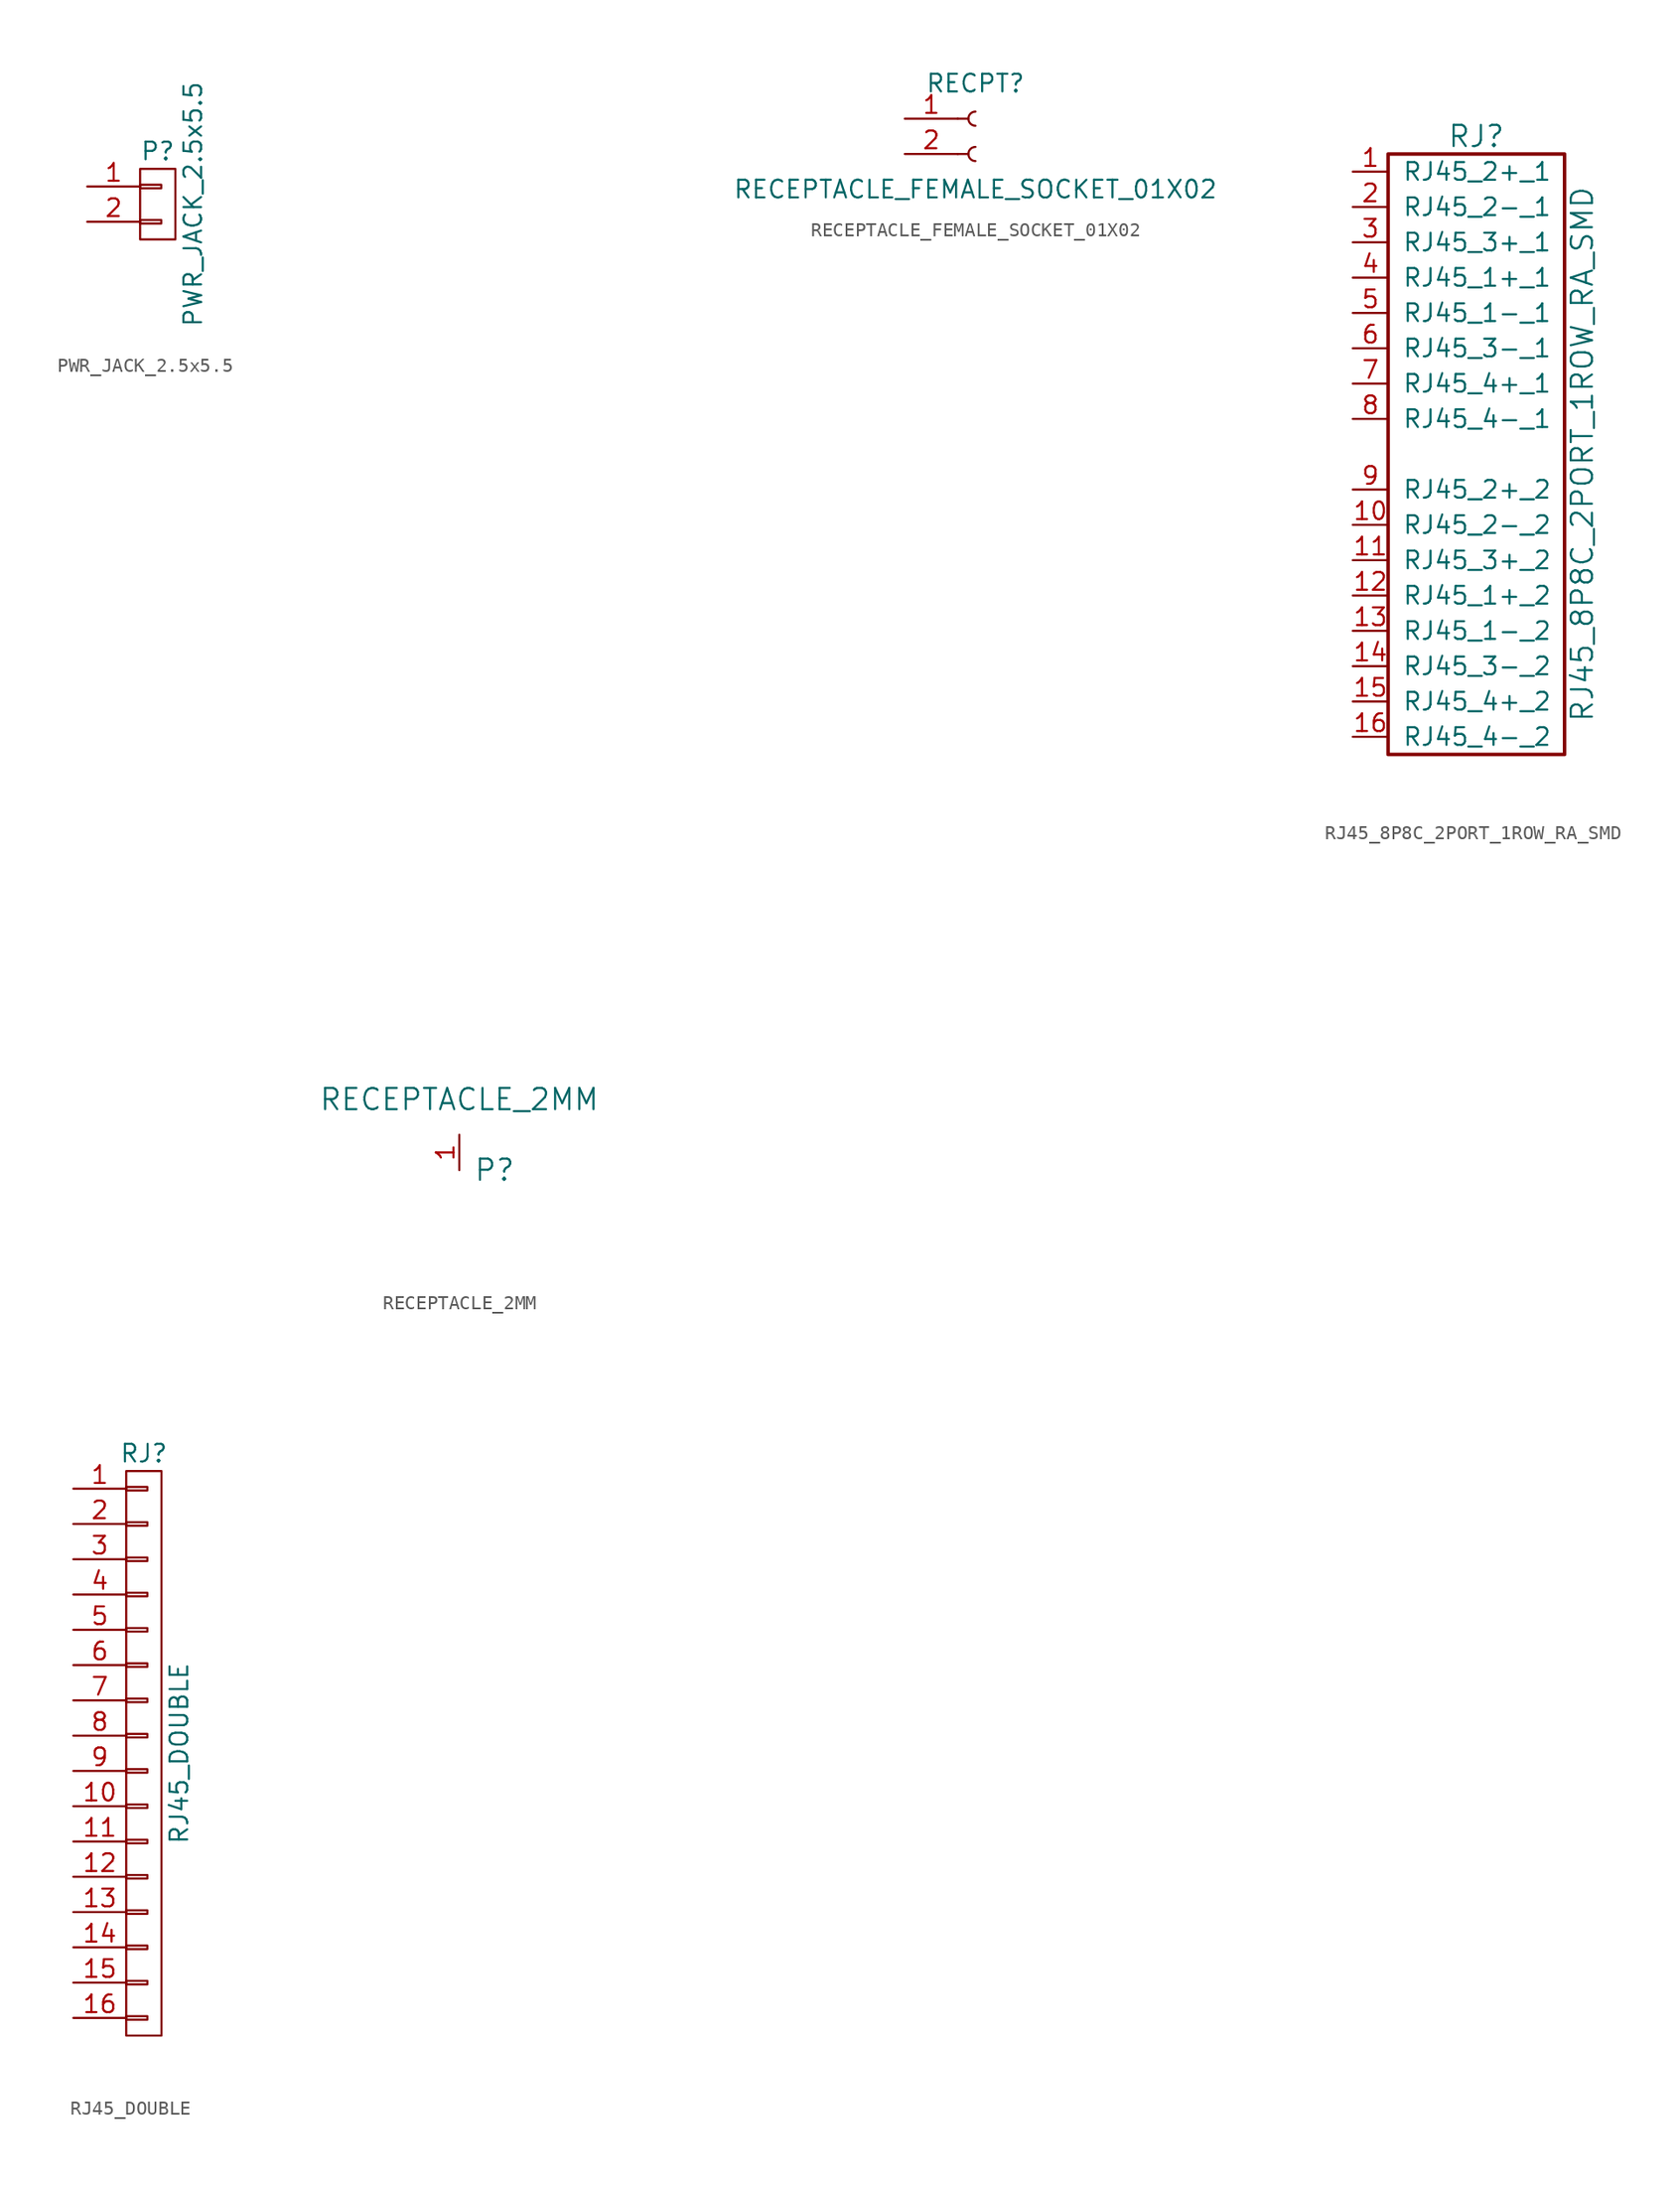
<source format=kicad_sym>
(kicad_symbol_lib
  (version 20211014)
  (generator kicad_symbol_editor)
  (symbol "PWR_JACK_2.5x5.5"
    (pin_names
      (offset 1.016) hide)
    (property "Reference" "P"
      (at 0 3.81 0)
      (effects (font (size 1.27 1.27))))
    (property "Value" "PWR_JACK_2.5x5.5"
      (at 2.54 0 90)
      (effects (font (size 1.27 1.27))))
    (property "Datasheet" ""
      (at 0 0 0)
      (effects (font (size 1.524 1.524))))
    (symbol "PWR_JACK_2.5x5.5_0_1"
      (rectangle (start -1.27 -1.143) (end 0.254 -1.397) (stroke (width 0) (type default) (color 0 0 0 0)) (fill (type none)))
      (rectangle (start -1.27 1.397) (end 0.254 1.143) (stroke (width 0) (type default) (color 0 0 0 0)) (fill (type none)))
      (rectangle (start -1.27 2.54) (end 1.27 -2.54) (stroke (width 0) (type default) (color 0 0 0 0)) (fill (type none))))
    (symbol "PWR_JACK_2.5x5.5_1_1"
      (pin passive line (at -5.08 1.27 0) (length 3.81) (name "P1" (effects (font (size 1.27 1.27)))) (number "1" (effects (font (size 1.27 1.27)))))
      (pin passive line (at -5.08 -1.27 0) (length 3.81) (name "P2" (effects (font (size 1.27 1.27)))) (number "2" (effects (font (size 1.27 1.27)))))))
  (symbol "RECEPTACLE_2MM"
    (pin_names
      (offset 1.016))
    (property "Reference" "P"
      (at 2.54 -2.54 0)
      (effects (font (size 1.524 1.524))))
    (property "Value" "RECEPTACLE_2MM"
      (at 0 2.54 0)
      (effects (font (size 1.524 1.524))))
    (property "Datasheet" ""
      (at 1.27 69.85 0)
      (effects (font (size 1.524 1.524))))
    (symbol "RECEPTACLE_2MM_1_1"
      (pin passive line (at 0 -2.54 90) (length 2.54) (name "~" (effects (font (size 1.27 1.27)))) (number "1" (effects (font (size 1.27 1.27)))))))
  (symbol "RECEPTACLE_FEMALE_SOCKET_01X02"
    (pin_names
      (offset 1.016) hide)
    (property "Reference" "RECPT"
      (at 0 2.54 0)
      (effects (font (size 1.27 1.27))))
    (property "Value" "RECEPTACLE_FEMALE_SOCKET_01X02"
      (at 0 -5.08 0)
      (effects (font (size 1.27 1.27))))
    (symbol "RECEPTACLE_FEMALE_SOCKET_01X02_1_1"
      (arc (start 0 -2.032) (mid -0.508 -2.54) (end 0 -3.048) (stroke (width 0.1524) (type default) (color 0 0 0 0)) (fill (type none)))
      (polyline (pts (xy -1.27 -2.54) (xy -0.508 -2.54)) (stroke (width 0.152) (type default) (color 0 0 0 0)) (fill (type none)))
      (polyline (pts (xy -1.27 0) (xy -0.508 0)) (stroke (width 0.152) (type default) (color 0 0 0 0)) (fill (type none)))
      (arc (start 0 0.508) (mid -0.508 0) (end 0 -0.508) (stroke (width 0.1524) (type default) (color 0 0 0 0)) (fill (type none)))
      (pin passive line (at -5.08 0 0) (length 3.81) (name "Pin_1" (effects (font (size 1.27 1.27)))) (number "1" (effects (font (size 1.27 1.27)))))
      (pin passive line (at -5.08 -2.54 0) (length 3.81) (name "Pin_2" (effects (font (size 1.27 1.27)))) (number "2" (effects (font (size 1.27 1.27)))))))
  (symbol "RJ45_8P8C_2PORT_1ROW_RA_SMD"
    (pin_names
      (offset 1.016))
    (property "Reference" "RJ"
      (at 0 22.86 0)
      (effects (font (size 1.524 1.524))))
    (property "Value" "RJ45_8P8C_2PORT_1ROW_RA_SMD"
      (at 7.62 0 90)
      (effects (font (size 1.524 1.524))))
    (symbol "RJ45_8P8C_2PORT_1ROW_RA_SMD_0_1"
      (rectangle (start -6.35 21.59) (end 6.35 -21.59) (stroke (width 0.254) (type default) (color 0 0 0 0)) (fill (type none))))
    (symbol "RJ45_8P8C_2PORT_1ROW_RA_SMD_1_1"
      (pin passive line (at -8.89 20.32 0) (length 2.54) (name "RJ45_2+_1" (effects (font (size 1.27 1.27)))) (number "1" (effects (font (size 1.27 1.27)))))
      (pin passive line (at -8.89 -5.08 0) (length 2.54) (name "RJ45_2-_2" (effects (font (size 1.27 1.27)))) (number "10" (effects (font (size 1.27 1.27)))))
      (pin passive line (at -8.89 -7.62 0) (length 2.54) (name "RJ45_3+_2" (effects (font (size 1.27 1.27)))) (number "11" (effects (font (size 1.27 1.27)))))
      (pin passive line (at -8.89 -10.16 0) (length 2.54) (name "RJ45_1+_2" (effects (font (size 1.27 1.27)))) (number "12" (effects (font (size 1.27 1.27)))))
      (pin passive line (at -8.89 -12.7 0) (length 2.54) (name "RJ45_1-_2" (effects (font (size 1.27 1.27)))) (number "13" (effects (font (size 1.27 1.27)))))
      (pin passive line (at -8.89 -15.24 0) (length 2.54) (name "RJ45_3-_2" (effects (font (size 1.27 1.27)))) (number "14" (effects (font (size 1.27 1.27)))))
      (pin passive line (at -8.89 -17.78 0) (length 2.54) (name "RJ45_4+_2" (effects (font (size 1.27 1.27)))) (number "15" (effects (font (size 1.27 1.27)))))
      (pin passive line (at -8.89 -20.32 0) (length 2.54) (name "RJ45_4-_2" (effects (font (size 1.27 1.27)))) (number "16" (effects (font (size 1.27 1.27)))))
      (pin passive line (at -8.89 17.78 0) (length 2.54) (name "RJ45_2-_1" (effects (font (size 1.27 1.27)))) (number "2" (effects (font (size 1.27 1.27)))))
      (pin passive line (at -8.89 15.24 0) (length 2.54) (name "RJ45_3+_1" (effects (font (size 1.27 1.27)))) (number "3" (effects (font (size 1.27 1.27)))))
      (pin passive line (at -8.89 12.7 0) (length 2.54) (name "RJ45_1+_1" (effects (font (size 1.27 1.27)))) (number "4" (effects (font (size 1.27 1.27)))))
      (pin passive line (at -8.89 10.16 0) (length 2.54) (name "RJ45_1-_1" (effects (font (size 1.27 1.27)))) (number "5" (effects (font (size 1.27 1.27)))))
      (pin passive line (at -8.89 7.62 0) (length 2.54) (name "RJ45_3-_1" (effects (font (size 1.27 1.27)))) (number "6" (effects (font (size 1.27 1.27)))))
      (pin passive line (at -8.89 5.08 0) (length 2.54) (name "RJ45_4+_1" (effects (font (size 1.27 1.27)))) (number "7" (effects (font (size 1.27 1.27)))))
      (pin passive line (at -8.89 2.54 0) (length 2.54) (name "RJ45_4-_1" (effects (font (size 1.27 1.27)))) (number "8" (effects (font (size 1.27 1.27)))))
      (pin passive line (at -8.89 -2.54 0) (length 2.54) (name "RJ45_2+_2" (effects (font (size 1.27 1.27)))) (number "9" (effects (font (size 1.27 1.27)))))))
  (symbol "RJ45_DOUBLE"
    (pin_names
      (offset 1.016) hide)
    (property "Reference" "RJ"
      (at 0 21.59 0)
      (effects (font (size 1.27 1.27))))
    (property "Value" "RJ45_DOUBLE"
      (at 2.54 0 90)
      (effects (font (size 1.27 1.27))))
    (property "Datasheet" ""
      (at 0 0 0)
      (effects (font (size 1.524 1.524))))
    (symbol "RJ45_DOUBLE_0_1"
      (rectangle (start -1.27 -18.923) (end 0.254 -19.177) (stroke (width 0) (type default) (color 0 0 0 0)) (fill (type none)))
      (rectangle (start -1.27 -16.383) (end 0.254 -16.637) (stroke (width 0) (type default) (color 0 0 0 0)) (fill (type none)))
      (rectangle (start -1.27 -13.843) (end 0.254 -14.097) (stroke (width 0) (type default) (color 0 0 0 0)) (fill (type none)))
      (rectangle (start -1.27 -11.303) (end 0.254 -11.557) (stroke (width 0) (type default) (color 0 0 0 0)) (fill (type none)))
      (rectangle (start -1.27 -8.763) (end 0.254 -9.017) (stroke (width 0) (type default) (color 0 0 0 0)) (fill (type none)))
      (rectangle (start -1.27 -6.223) (end 0.254 -6.477) (stroke (width 0) (type default) (color 0 0 0 0)) (fill (type none)))
      (rectangle (start -1.27 -3.683) (end 0.254 -3.937) (stroke (width 0) (type default) (color 0 0 0 0)) (fill (type none)))
      (rectangle (start -1.27 -1.143) (end 0.254 -1.397) (stroke (width 0) (type default) (color 0 0 0 0)) (fill (type none)))
      (rectangle (start -1.27 1.397) (end 0.254 1.143) (stroke (width 0) (type default) (color 0 0 0 0)) (fill (type none)))
      (rectangle (start -1.27 3.937) (end 0.254 3.683) (stroke (width 0) (type default) (color 0 0 0 0)) (fill (type none)))
      (rectangle (start -1.27 6.477) (end 0.254 6.223) (stroke (width 0) (type default) (color 0 0 0 0)) (fill (type none)))
      (rectangle (start -1.27 9.017) (end 0.254 8.763) (stroke (width 0) (type default) (color 0 0 0 0)) (fill (type none)))
      (rectangle (start -1.27 11.557) (end 0.254 11.303) (stroke (width 0) (type default) (color 0 0 0 0)) (fill (type none)))
      (rectangle (start -1.27 14.097) (end 0.254 13.843) (stroke (width 0) (type default) (color 0 0 0 0)) (fill (type none)))
      (rectangle (start -1.27 16.637) (end 0.254 16.383) (stroke (width 0) (type default) (color 0 0 0 0)) (fill (type none)))
      (rectangle (start -1.27 19.177) (end 0.254 18.923) (stroke (width 0) (type default) (color 0 0 0 0)) (fill (type none)))
      (rectangle (start -1.27 20.32) (end 1.27 -20.32) (stroke (width 0) (type default) (color 0 0 0 0)) (fill (type none))))
    (symbol "RJ45_DOUBLE_1_1"
      (pin passive line (at -5.08 19.05 0) (length 3.81) (name "P1" (effects (font (size 1.27 1.27)))) (number "1" (effects (font (size 1.27 1.27)))))
      (pin passive line (at -5.08 -3.81 0) (length 3.81) (name "P10" (effects (font (size 1.27 1.27)))) (number "10" (effects (font (size 1.27 1.27)))))
      (pin passive line (at -5.08 -6.35 0) (length 3.81) (name "P11" (effects (font (size 1.27 1.27)))) (number "11" (effects (font (size 1.27 1.27)))))
      (pin passive line (at -5.08 -8.89 0) (length 3.81) (name "P12" (effects (font (size 1.27 1.27)))) (number "12" (effects (font (size 1.27 1.27)))))
      (pin passive line (at -5.08 -11.43 0) (length 3.81) (name "P13" (effects (font (size 1.27 1.27)))) (number "13" (effects (font (size 1.27 1.27)))))
      (pin passive line (at -5.08 -13.97 0) (length 3.81) (name "P14" (effects (font (size 1.27 1.27)))) (number "14" (effects (font (size 1.27 1.27)))))
      (pin passive line (at -5.08 -16.51 0) (length 3.81) (name "P15" (effects (font (size 1.27 1.27)))) (number "15" (effects (font (size 1.27 1.27)))))
      (pin passive line (at -5.08 -19.05 0) (length 3.81) (name "P16" (effects (font (size 1.27 1.27)))) (number "16" (effects (font (size 1.27 1.27)))))
      (pin passive line (at -5.08 16.51 0) (length 3.81) (name "P2" (effects (font (size 1.27 1.27)))) (number "2" (effects (font (size 1.27 1.27)))))
      (pin passive line (at -5.08 13.97 0) (length 3.81) (name "P3" (effects (font (size 1.27 1.27)))) (number "3" (effects (font (size 1.27 1.27)))))
      (pin passive line (at -5.08 11.43 0) (length 3.81) (name "P4" (effects (font (size 1.27 1.27)))) (number "4" (effects (font (size 1.27 1.27)))))
      (pin passive line (at -5.08 8.89 0) (length 3.81) (name "P5" (effects (font (size 1.27 1.27)))) (number "5" (effects (font (size 1.27 1.27)))))
      (pin passive line (at -5.08 6.35 0) (length 3.81) (name "P6" (effects (font (size 1.27 1.27)))) (number "6" (effects (font (size 1.27 1.27)))))
      (pin passive line (at -5.08 3.81 0) (length 3.81) (name "P7" (effects (font (size 1.27 1.27)))) (number "7" (effects (font (size 1.27 1.27)))))
      (pin passive line (at -5.08 1.27 0) (length 3.81) (name "P8" (effects (font (size 1.27 1.27)))) (number "8" (effects (font (size 1.27 1.27)))))
      (pin passive line (at -5.08 -1.27 0) (length 3.81) (name "P9" (effects (font (size 1.27 1.27)))) (number "9" (effects (font (size 1.27 1.27))))))))
</source>
